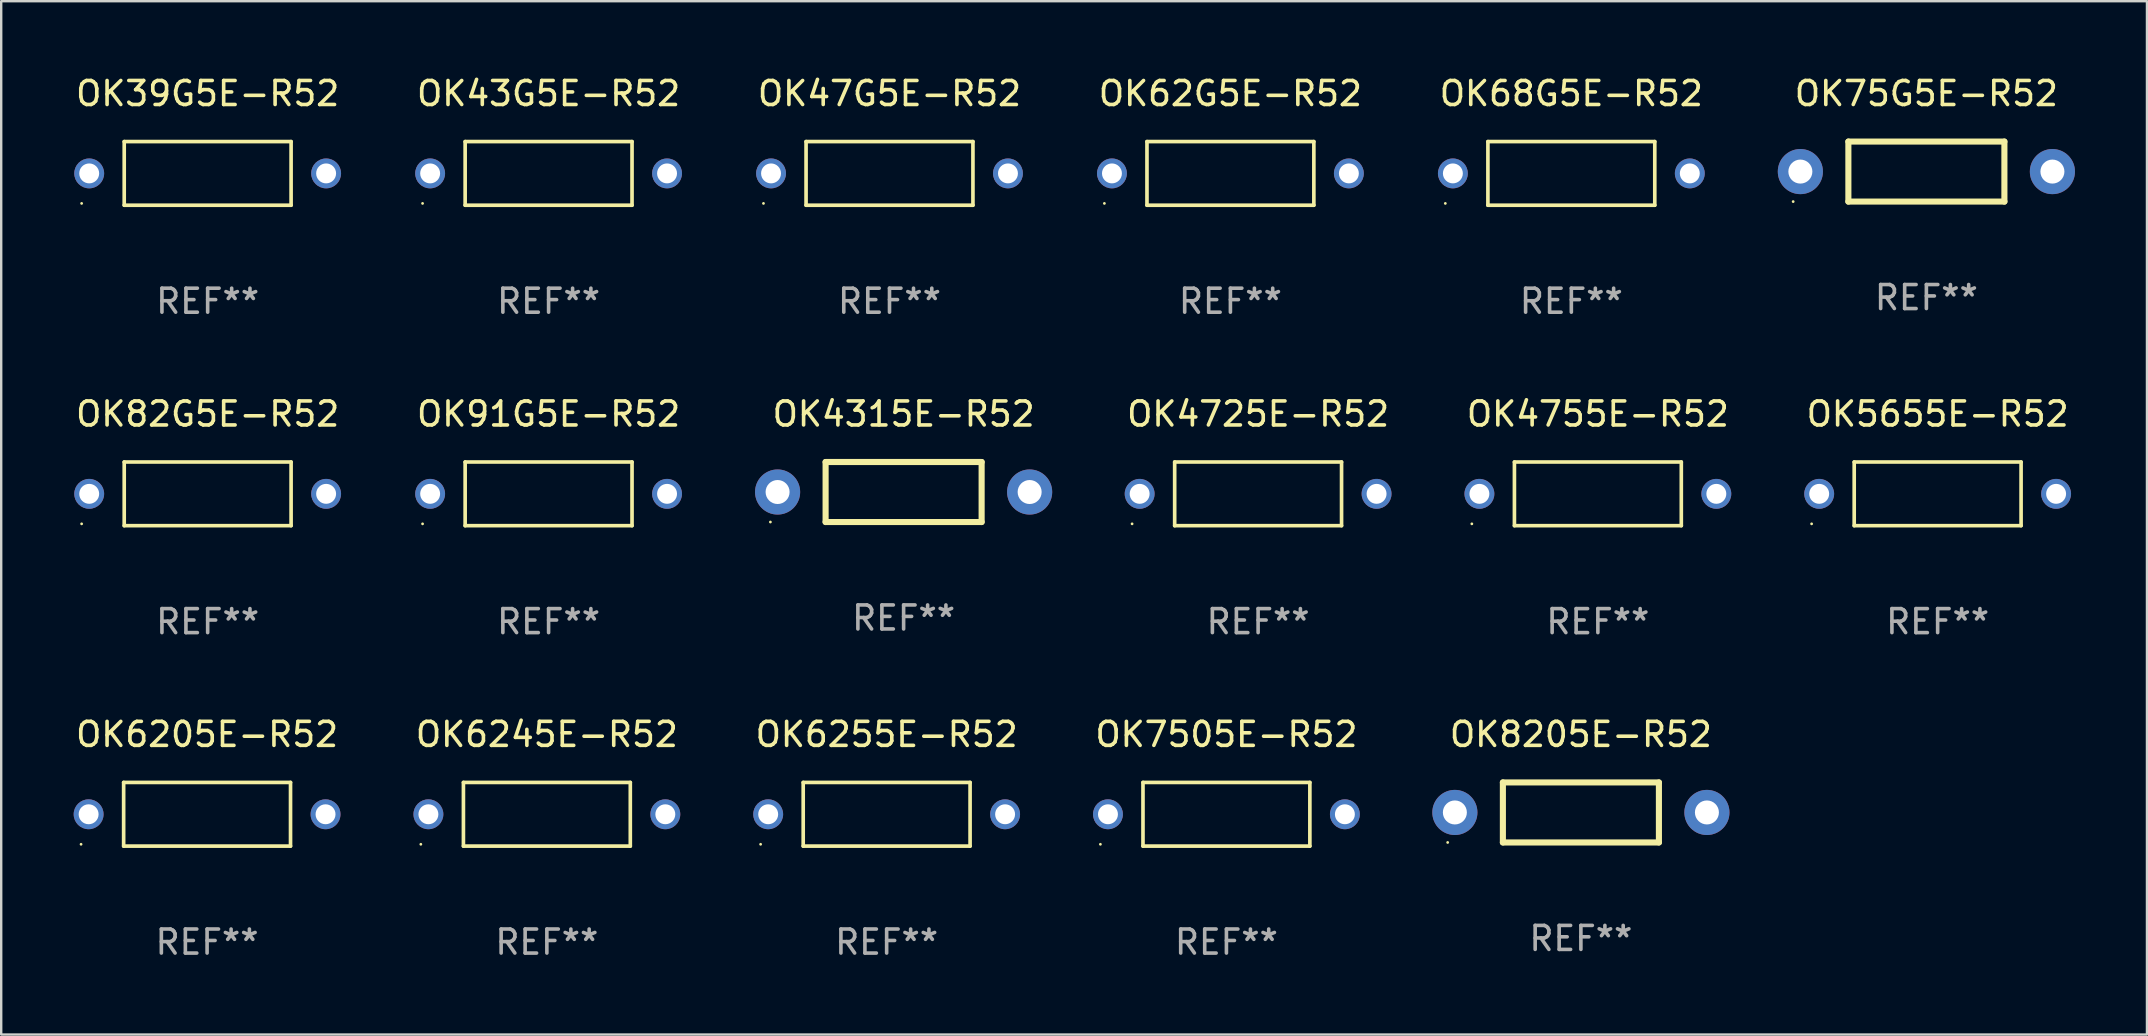
<source format=kicad_pcb>
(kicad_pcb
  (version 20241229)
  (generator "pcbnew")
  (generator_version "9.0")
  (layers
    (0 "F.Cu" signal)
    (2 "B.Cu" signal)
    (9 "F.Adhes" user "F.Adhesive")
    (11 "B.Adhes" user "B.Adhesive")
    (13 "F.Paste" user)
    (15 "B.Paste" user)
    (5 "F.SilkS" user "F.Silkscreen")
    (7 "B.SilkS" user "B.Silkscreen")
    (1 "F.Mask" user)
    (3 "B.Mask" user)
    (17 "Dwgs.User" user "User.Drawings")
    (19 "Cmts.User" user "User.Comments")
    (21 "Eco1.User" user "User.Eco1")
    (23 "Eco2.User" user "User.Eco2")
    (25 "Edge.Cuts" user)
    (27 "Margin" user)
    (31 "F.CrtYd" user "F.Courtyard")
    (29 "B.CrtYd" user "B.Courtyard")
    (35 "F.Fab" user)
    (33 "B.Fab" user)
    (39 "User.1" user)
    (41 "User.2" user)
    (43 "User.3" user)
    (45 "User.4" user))
  (footprint "OK8205E-R52"
    (layer "F.Cu")
    (at 62.809 30.796)
    (property "Reference" "OK8205E-R52" (at 0 -3.25 0) (layer "F.SilkS") (effects (font (size 1 1) (thickness 0.15))))
    (attr through_hole)
    (fp_line (start -3.25 -1.25) (end 3.25 -1.25) (stroke (width 0.254) (type solid)) (layer "F.SilkS"))
    (fp_line (start -3.25 1.25) (end -3.25 -1.25) (stroke (width 0.254) (type solid)) (layer "F.SilkS"))
    (fp_line (start 3.25 1.25) (end -3.25 1.25) (stroke (width 0.254) (type solid)) (layer "F.SilkS"))
    (fp_line (start 3.25 1.25) (end 3.25 -1.25) (stroke (width 0.254) (type solid)) (layer "F.SilkS"))
    (fp_circle (center -5.55 1.25) (end -5.52 1.25) (stroke (width 0.06) (type solid)) (fill no) (layer "F.SilkS"))
    (fp_text user "REF**" (at 0 5.25 0) (layer "F.Fab") (effects (font (size 1 1) (thickness 0.15))))
    (pad "1" thru_hole circle (at -5.25 0) (size 1.88 1.88) (drill 1) (layers "*.Cu" "*.Mask"))
    (pad "2" thru_hole circle (at 5.25 0) (size 1.88 1.88) (drill 1) (layers "*.Cu" "*.Mask")))
  (footprint "OK7505E-R52"
    (layer "F.Cu")
    (at 48.042 30.872)
    (property "Reference" "OK7505E-R52" (at 0 -3.326 0) (layer "F.SilkS") (effects (font (size 1 1) (thickness 0.15))))
    (attr through_hole)
    (fp_line (start -3.476 -1.326) (end 3.476 -1.326) (stroke (width 0.152) (type solid)) (layer "F.SilkS"))
    (fp_line (start -3.476 1.326) (end -3.476 -1.326) (stroke (width 0.152) (type solid)) (layer "F.SilkS"))
    (fp_line (start 3.476 -1.326) (end 3.476 1.326) (stroke (width 0.152) (type solid)) (layer "F.SilkS"))
    (fp_line (start 3.476 1.326) (end -3.476 1.326) (stroke (width 0.152) (type solid)) (layer "F.SilkS"))
    (fp_circle (center -5.25 1.25) (end -5.22 1.25) (stroke (width 0.06) (type solid)) (fill no) (layer "F.SilkS"))
    (fp_text user "REF**" (at 0 5.326 0) (layer "F.Fab") (effects (font (size 1 1) (thickness 0.15))))
    (pad "1" thru_hole circle (at -4.935 -0.000013) (size 1.245 1.245) (drill 0.83) (layers "*.Cu" "*.Mask"))
    (pad "2" thru_hole circle (at 4.935 -0.000013) (size 1.245 1.245) (drill 0.83) (layers "*.Cu" "*.Mask")))
  (footprint "OK47G5E-R52"
    (layer "F.Cu")
    (at 34.006 4.174)
    (property "Reference" "OK47G5E-R52" (at 0 -3.326 0) (layer "F.SilkS") (effects (font (size 1 1) (thickness 0.15))))
    (attr through_hole)
    (fp_line (start -3.476 -1.326) (end 3.476 -1.326) (stroke (width 0.152) (type solid)) (layer "F.SilkS"))
    (fp_line (start -3.476 1.326) (end -3.476 -1.326) (stroke (width 0.152) (type solid)) (layer "F.SilkS"))
    (fp_line (start 3.476 -1.326) (end 3.476 1.326) (stroke (width 0.152) (type solid)) (layer "F.SilkS"))
    (fp_line (start 3.476 1.326) (end -3.476 1.326) (stroke (width 0.152) (type solid)) (layer "F.SilkS"))
    (fp_circle (center -5.25 1.25) (end -5.22 1.25) (stroke (width 0.06) (type solid)) (fill no) (layer "F.SilkS"))
    (fp_text user "REF**" (at 0 5.326 0) (layer "F.Fab") (effects (font (size 1 1) (thickness 0.15))))
    (pad "1" thru_hole circle (at -4.935 -0.000013) (size 1.245 1.245) (drill 0.83) (layers "*.Cu" "*.Mask"))
    (pad "2" thru_hole circle (at 4.935 -0.000013) (size 1.245 1.245) (drill 0.83) (layers "*.Cu" "*.Mask")))
  (footprint "OK6205E-R52"
    (layer "F.Cu")
    (at 5.577 30.872)
    (property "Reference" "OK6205E-R52" (at 0 -3.326 0) (layer "F.SilkS") (effects (font (size 1 1) (thickness 0.15))))
    (attr through_hole)
    (fp_line (start -3.476 -1.326) (end 3.476 -1.326) (stroke (width 0.152) (type solid)) (layer "F.SilkS"))
    (fp_line (start -3.476 1.326) (end -3.476 -1.326) (stroke (width 0.152) (type solid)) (layer "F.SilkS"))
    (fp_line (start 3.476 -1.326) (end 3.476 1.326) (stroke (width 0.152) (type solid)) (layer "F.SilkS"))
    (fp_line (start 3.476 1.326) (end -3.476 1.326) (stroke (width 0.152) (type solid)) (layer "F.SilkS"))
    (fp_circle (center -5.25 1.25) (end -5.22 1.25) (stroke (width 0.06) (type solid)) (fill no) (layer "F.SilkS"))
    (fp_text user "REF**" (at 0 5.326 0) (layer "F.Fab") (effects (font (size 1 1) (thickness 0.15))))
    (pad "1" thru_hole circle (at -4.935 -0.000013) (size 1.245 1.245) (drill 0.83) (layers "*.Cu" "*.Mask"))
    (pad "2" thru_hole circle (at 4.935 -0.000013) (size 1.245 1.245) (drill 0.83) (layers "*.Cu" "*.Mask")))
  (footprint "OK4315E-R52"
    (layer "F.Cu")
    (at 34.594 17.447)
    (property "Reference" "OK4315E-R52" (at 0 -3.25 0) (layer "F.SilkS") (effects (font (size 1 1) (thickness 0.15))))
    (attr through_hole)
    (fp_line (start -3.25 -1.25) (end 3.25 -1.25) (stroke (width 0.254) (type solid)) (layer "F.SilkS"))
    (fp_line (start -3.25 1.25) (end -3.25 -1.25) (stroke (width 0.254) (type solid)) (layer "F.SilkS"))
    (fp_line (start 3.25 1.25) (end -3.25 1.25) (stroke (width 0.254) (type solid)) (layer "F.SilkS"))
    (fp_line (start 3.25 1.25) (end 3.25 -1.25) (stroke (width 0.254) (type solid)) (layer "F.SilkS"))
    (fp_circle (center -5.55 1.25) (end -5.52 1.25) (stroke (width 0.06) (type solid)) (fill no) (layer "F.SilkS"))
    (fp_text user "REF**" (at 0 5.25 0) (layer "F.Fab") (effects (font (size 1 1) (thickness 0.15))))
    (pad "1" thru_hole circle (at -5.25 0) (size 1.88 1.88) (drill 1) (layers "*.Cu" "*.Mask"))
    (pad "2" thru_hole circle (at 5.25 0) (size 1.88 1.88) (drill 1) (layers "*.Cu" "*.Mask")))
  (footprint "OK62G5E-R52"
    (layer "F.Cu")
    (at 48.208 4.174)
    (property "Reference" "OK62G5E-R52" (at 0 -3.326 0) (layer "F.SilkS") (effects (font (size 1 1) (thickness 0.15))))
    (attr through_hole)
    (fp_line (start -3.476 -1.326) (end 3.476 -1.326) (stroke (width 0.152) (type solid)) (layer "F.SilkS"))
    (fp_line (start -3.476 1.326) (end -3.476 -1.326) (stroke (width 0.152) (type solid)) (layer "F.SilkS"))
    (fp_line (start 3.476 -1.326) (end 3.476 1.326) (stroke (width 0.152) (type solid)) (layer "F.SilkS"))
    (fp_line (start 3.476 1.326) (end -3.476 1.326) (stroke (width 0.152) (type solid)) (layer "F.SilkS"))
    (fp_circle (center -5.25 1.25) (end -5.22 1.25) (stroke (width 0.06) (type solid)) (fill no) (layer "F.SilkS"))
    (fp_text user "REF**" (at 0 5.326 0) (layer "F.Fab") (effects (font (size 1 1) (thickness 0.15))))
    (pad "1" thru_hole circle (at -4.935 -0.000013) (size 1.245 1.245) (drill 0.83) (layers "*.Cu" "*.Mask"))
    (pad "2" thru_hole circle (at 4.935 -0.000013) (size 1.245 1.245) (drill 0.83) (layers "*.Cu" "*.Mask")))
  (footprint "OK39G5E-R52"
    (layer "F.Cu")
    (at 5.601 4.174)
    (property "Reference" "OK39G5E-R52" (at 0 -3.326 0) (layer "F.SilkS") (effects (font (size 1 1) (thickness 0.15))))
    (attr through_hole)
    (fp_line (start -3.476 -1.326) (end 3.476 -1.326) (stroke (width 0.152) (type solid)) (layer "F.SilkS"))
    (fp_line (start -3.476 1.326) (end -3.476 -1.326) (stroke (width 0.152) (type solid)) (layer "F.SilkS"))
    (fp_line (start 3.476 -1.326) (end 3.476 1.326) (stroke (width 0.152) (type solid)) (layer "F.SilkS"))
    (fp_line (start 3.476 1.326) (end -3.476 1.326) (stroke (width 0.152) (type solid)) (layer "F.SilkS"))
    (fp_circle (center -5.25 1.25) (end -5.22 1.25) (stroke (width 0.06) (type solid)) (fill no) (layer "F.SilkS"))
    (fp_text user "REF**" (at 0 5.326 0) (layer "F.Fab") (effects (font (size 1 1) (thickness 0.15))))
    (pad "1" thru_hole circle (at -4.935 -0.000013) (size 1.245 1.245) (drill 0.83) (layers "*.Cu" "*.Mask"))
    (pad "2" thru_hole circle (at 4.935 -0.000013) (size 1.245 1.245) (drill 0.83) (layers "*.Cu" "*.Mask")))
  (footprint "OK68G5E-R52"
    (layer "F.Cu")
    (at 62.411 4.174)
    (property "Reference" "OK68G5E-R52" (at 0 -3.326 0) (layer "F.SilkS") (effects (font (size 1 1) (thickness 0.15))))
    (attr through_hole)
    (fp_line (start -3.476 -1.326) (end 3.476 -1.326) (stroke (width 0.152) (type solid)) (layer "F.SilkS"))
    (fp_line (start -3.476 1.326) (end -3.476 -1.326) (stroke (width 0.152) (type solid)) (layer "F.SilkS"))
    (fp_line (start 3.476 -1.326) (end 3.476 1.326) (stroke (width 0.152) (type solid)) (layer "F.SilkS"))
    (fp_line (start 3.476 1.326) (end -3.476 1.326) (stroke (width 0.152) (type solid)) (layer "F.SilkS"))
    (fp_circle (center -5.25 1.25) (end -5.22 1.25) (stroke (width 0.06) (type solid)) (fill no) (layer "F.SilkS"))
    (fp_text user "REF**" (at 0 5.326 0) (layer "F.Fab") (effects (font (size 1 1) (thickness 0.15))))
    (pad "1" thru_hole circle (at -4.935 -0.000013) (size 1.245 1.245) (drill 0.83) (layers "*.Cu" "*.Mask"))
    (pad "2" thru_hole circle (at 4.935 -0.000013) (size 1.245 1.245) (drill 0.83) (layers "*.Cu" "*.Mask")))
  (footprint "OK43G5E-R52"
    (layer "F.Cu")
    (at 19.804 4.174)
    (property "Reference" "OK43G5E-R52" (at 0 -3.326 0) (layer "F.SilkS") (effects (font (size 1 1) (thickness 0.15))))
    (attr through_hole)
    (fp_line (start -3.476 -1.326) (end 3.476 -1.326) (stroke (width 0.152) (type solid)) (layer "F.SilkS"))
    (fp_line (start -3.476 1.326) (end -3.476 -1.326) (stroke (width 0.152) (type solid)) (layer "F.SilkS"))
    (fp_line (start 3.476 -1.326) (end 3.476 1.326) (stroke (width 0.152) (type solid)) (layer "F.SilkS"))
    (fp_line (start 3.476 1.326) (end -3.476 1.326) (stroke (width 0.152) (type solid)) (layer "F.SilkS"))
    (fp_circle (center -5.25 1.25) (end -5.22 1.25) (stroke (width 0.06) (type solid)) (fill no) (layer "F.SilkS"))
    (fp_text user "REF**" (at 0 5.326 0) (layer "F.Fab") (effects (font (size 1 1) (thickness 0.15))))
    (pad "1" thru_hole circle (at -4.935 -0.000013) (size 1.245 1.245) (drill 0.83) (layers "*.Cu" "*.Mask"))
    (pad "2" thru_hole circle (at 4.935 -0.000013) (size 1.245 1.245) (drill 0.83) (layers "*.Cu" "*.Mask")))
  (footprint "OK82G5E-R52"
    (layer "F.Cu")
    (at 5.601 17.523)
    (property "Reference" "OK82G5E-R52" (at 0 -3.326 0) (layer "F.SilkS") (effects (font (size 1 1) (thickness 0.15))))
    (attr through_hole)
    (fp_line (start -3.476 -1.326) (end 3.476 -1.326) (stroke (width 0.152) (type solid)) (layer "F.SilkS"))
    (fp_line (start -3.476 1.326) (end -3.476 -1.326) (stroke (width 0.152) (type solid)) (layer "F.SilkS"))
    (fp_line (start 3.476 -1.326) (end 3.476 1.326) (stroke (width 0.152) (type solid)) (layer "F.SilkS"))
    (fp_line (start 3.476 1.326) (end -3.476 1.326) (stroke (width 0.152) (type solid)) (layer "F.SilkS"))
    (fp_circle (center -5.25 1.25) (end -5.22 1.25) (stroke (width 0.06) (type solid)) (fill no) (layer "F.SilkS"))
    (fp_text user "REF**" (at 0 5.326 0) (layer "F.Fab") (effects (font (size 1 1) (thickness 0.15))))
    (pad "1" thru_hole circle (at -4.935 -0.000013) (size 1.245 1.245) (drill 0.83) (layers "*.Cu" "*.Mask"))
    (pad "2" thru_hole circle (at 4.935 -0.000013) (size 1.245 1.245) (drill 0.83) (layers "*.Cu" "*.Mask")))
  (footprint "OK75G5E-R52"
    (layer "F.Cu")
    (at 77.202 4.098)
    (property "Reference" "OK75G5E-R52" (at 0 -3.25 0) (layer "F.SilkS") (effects (font (size 1 1) (thickness 0.15))))
    (attr through_hole)
    (fp_line (start -3.25 -1.25) (end 3.25 -1.25) (stroke (width 0.254) (type solid)) (layer "F.SilkS"))
    (fp_line (start -3.25 1.25) (end -3.25 -1.25) (stroke (width 0.254) (type solid)) (layer "F.SilkS"))
    (fp_line (start 3.25 1.25) (end -3.25 1.25) (stroke (width 0.254) (type solid)) (layer "F.SilkS"))
    (fp_line (start 3.25 1.25) (end 3.25 -1.25) (stroke (width 0.254) (type solid)) (layer "F.SilkS"))
    (fp_circle (center -5.55 1.25) (end -5.52 1.25) (stroke (width 0.06) (type solid)) (fill no) (layer "F.SilkS"))
    (fp_text user "REF**" (at 0 5.25 0) (layer "F.Fab") (effects (font (size 1 1) (thickness 0.15))))
    (pad "1" thru_hole circle (at -5.25 0) (size 1.88 1.88) (drill 1) (layers "*.Cu" "*.Mask"))
    (pad "2" thru_hole circle (at 5.25 0) (size 1.88 1.88) (drill 1) (layers "*.Cu" "*.Mask")))
  (footprint "OK6245E-R52"
    (layer "F.Cu")
    (at 19.732 30.872)
    (property "Reference" "OK6245E-R52" (at 0 -3.326 0) (layer "F.SilkS") (effects (font (size 1 1) (thickness 0.15))))
    (attr through_hole)
    (fp_line (start -3.476 -1.326) (end 3.476 -1.326) (stroke (width 0.152) (type solid)) (layer "F.SilkS"))
    (fp_line (start -3.476 1.326) (end -3.476 -1.326) (stroke (width 0.152) (type solid)) (layer "F.SilkS"))
    (fp_line (start 3.476 -1.326) (end 3.476 1.326) (stroke (width 0.152) (type solid)) (layer "F.SilkS"))
    (fp_line (start 3.476 1.326) (end -3.476 1.326) (stroke (width 0.152) (type solid)) (layer "F.SilkS"))
    (fp_circle (center -5.25 1.25) (end -5.22 1.25) (stroke (width 0.06) (type solid)) (fill no) (layer "F.SilkS"))
    (fp_text user "REF**" (at 0 5.326 0) (layer "F.Fab") (effects (font (size 1 1) (thickness 0.15))))
    (pad "1" thru_hole circle (at -4.935 -0.000013) (size 1.245 1.245) (drill 0.83) (layers "*.Cu" "*.Mask"))
    (pad "2" thru_hole circle (at 4.935 -0.000013) (size 1.245 1.245) (drill 0.83) (layers "*.Cu" "*.Mask")))
  (footprint "OK91G5E-R52"
    (layer "F.Cu")
    (at 19.804 17.523)
    (property "Reference" "OK91G5E-R52" (at 0 -3.326 0) (layer "F.SilkS") (effects (font (size 1 1) (thickness 0.15))))
    (attr through_hole)
    (fp_line (start -3.476 -1.326) (end 3.476 -1.326) (stroke (width 0.152) (type solid)) (layer "F.SilkS"))
    (fp_line (start -3.476 1.326) (end -3.476 -1.326) (stroke (width 0.152) (type solid)) (layer "F.SilkS"))
    (fp_line (start 3.476 -1.326) (end 3.476 1.326) (stroke (width 0.152) (type solid)) (layer "F.SilkS"))
    (fp_line (start 3.476 1.326) (end -3.476 1.326) (stroke (width 0.152) (type solid)) (layer "F.SilkS"))
    (fp_circle (center -5.25 1.25) (end -5.22 1.25) (stroke (width 0.06) (type solid)) (fill no) (layer "F.SilkS"))
    (fp_text user "REF**" (at 0 5.326 0) (layer "F.Fab") (effects (font (size 1 1) (thickness 0.15))))
    (pad "1" thru_hole circle (at -4.935 -0.000013) (size 1.245 1.245) (drill 0.83) (layers "*.Cu" "*.Mask"))
    (pad "2" thru_hole circle (at 4.935 -0.000013) (size 1.245 1.245) (drill 0.83) (layers "*.Cu" "*.Mask")))
  (footprint "OK5655E-R52"
    (layer "F.Cu")
    (at 77.671 17.523)
    (property "Reference" "OK5655E-R52" (at 0 -3.326 0) (layer "F.SilkS") (effects (font (size 1 1) (thickness 0.15))))
    (attr through_hole)
    (fp_line (start -3.476 -1.326) (end 3.476 -1.326) (stroke (width 0.152) (type solid)) (layer "F.SilkS"))
    (fp_line (start -3.476 1.326) (end -3.476 -1.326) (stroke (width 0.152) (type solid)) (layer "F.SilkS"))
    (fp_line (start 3.476 -1.326) (end 3.476 1.326) (stroke (width 0.152) (type solid)) (layer "F.SilkS"))
    (fp_line (start 3.476 1.326) (end -3.476 1.326) (stroke (width 0.152) (type solid)) (layer "F.SilkS"))
    (fp_circle (center -5.25 1.25) (end -5.22 1.25) (stroke (width 0.06) (type solid)) (fill no) (layer "F.SilkS"))
    (fp_text user "REF**" (at 0 5.326 0) (layer "F.Fab") (effects (font (size 1 1) (thickness 0.15))))
    (pad "1" thru_hole circle (at -4.935 -0.000013) (size 1.245 1.245) (drill 0.83) (layers "*.Cu" "*.Mask"))
    (pad "2" thru_hole circle (at 4.935 -0.000013) (size 1.245 1.245) (drill 0.83) (layers "*.Cu" "*.Mask")))
  (footprint "OK6255E-R52"
    (layer "F.Cu")
    (at 33.887 30.872)
    (property "Reference" "OK6255E-R52" (at 0 -3.326 0) (layer "F.SilkS") (effects (font (size 1 1) (thickness 0.15))))
    (attr through_hole)
    (fp_line (start -3.476 -1.326) (end 3.476 -1.326) (stroke (width 0.152) (type solid)) (layer "F.SilkS"))
    (fp_line (start -3.476 1.326) (end -3.476 -1.326) (stroke (width 0.152) (type solid)) (layer "F.SilkS"))
    (fp_line (start 3.476 -1.326) (end 3.476 1.326) (stroke (width 0.152) (type solid)) (layer "F.SilkS"))
    (fp_line (start 3.476 1.326) (end -3.476 1.326) (stroke (width 0.152) (type solid)) (layer "F.SilkS"))
    (fp_circle (center -5.25 1.25) (end -5.22 1.25) (stroke (width 0.06) (type solid)) (fill no) (layer "F.SilkS"))
    (fp_text user "REF**" (at 0 5.326 0) (layer "F.Fab") (effects (font (size 1 1) (thickness 0.15))))
    (pad "1" thru_hole circle (at -4.935 -0.000013) (size 1.245 1.245) (drill 0.83) (layers "*.Cu" "*.Mask"))
    (pad "2" thru_hole circle (at 4.935 -0.000013) (size 1.245 1.245) (drill 0.83) (layers "*.Cu" "*.Mask")))
  (footprint "OK4725E-R52"
    (layer "F.Cu")
    (at 49.362 17.523)
    (property "Reference" "OK4725E-R52" (at 0 -3.326 0) (layer "F.SilkS") (effects (font (size 1 1) (thickness 0.15))))
    (attr through_hole)
    (fp_line (start -3.476 -1.326) (end 3.476 -1.326) (stroke (width 0.152) (type solid)) (layer "F.SilkS"))
    (fp_line (start -3.476 1.326) (end -3.476 -1.326) (stroke (width 0.152) (type solid)) (layer "F.SilkS"))
    (fp_line (start 3.476 -1.326) (end 3.476 1.326) (stroke (width 0.152) (type solid)) (layer "F.SilkS"))
    (fp_line (start 3.476 1.326) (end -3.476 1.326) (stroke (width 0.152) (type solid)) (layer "F.SilkS"))
    (fp_circle (center -5.25 1.25) (end -5.22 1.25) (stroke (width 0.06) (type solid)) (fill no) (layer "F.SilkS"))
    (fp_text user "REF**" (at 0 5.326 0) (layer "F.Fab") (effects (font (size 1 1) (thickness 0.15))))
    (pad "1" thru_hole circle (at -4.935 -0.000013) (size 1.245 1.245) (drill 0.83) (layers "*.Cu" "*.Mask"))
    (pad "2" thru_hole circle (at 4.935 -0.000013) (size 1.245 1.245) (drill 0.83) (layers "*.Cu" "*.Mask")))
  (footprint "OK4755E-R52"
    (layer "F.Cu")
    (at 63.516 17.523)
    (property "Reference" "OK4755E-R52" (at 0 -3.326 0) (layer "F.SilkS") (effects (font (size 1 1) (thickness 0.15))))
    (attr through_hole)
    (fp_line (start -3.476 -1.326) (end 3.476 -1.326) (stroke (width 0.152) (type solid)) (layer "F.SilkS"))
    (fp_line (start -3.476 1.326) (end -3.476 -1.326) (stroke (width 0.152) (type solid)) (layer "F.SilkS"))
    (fp_line (start 3.476 -1.326) (end 3.476 1.326) (stroke (width 0.152) (type solid)) (layer "F.SilkS"))
    (fp_line (start 3.476 1.326) (end -3.476 1.326) (stroke (width 0.152) (type solid)) (layer "F.SilkS"))
    (fp_circle (center -5.25 1.25) (end -5.22 1.25) (stroke (width 0.06) (type solid)) (fill no) (layer "F.SilkS"))
    (fp_text user "REF**" (at 0 5.326 0) (layer "F.Fab") (effects (font (size 1 1) (thickness 0.15))))
    (pad "1" thru_hole circle (at -4.935 -0.000013) (size 1.245 1.245) (drill 0.83) (layers "*.Cu" "*.Mask"))
    (pad "2" thru_hole circle (at 4.935 -0.000013) (size 1.245 1.245) (drill 0.83) (layers "*.Cu" "*.Mask")))
  (gr_rect
    (start -3 -3)
    (end 86.391 40.047)
    (stroke (width 0.1) (type default))
    (fill no)
    (layer "Edge.Cuts")))
</source>
